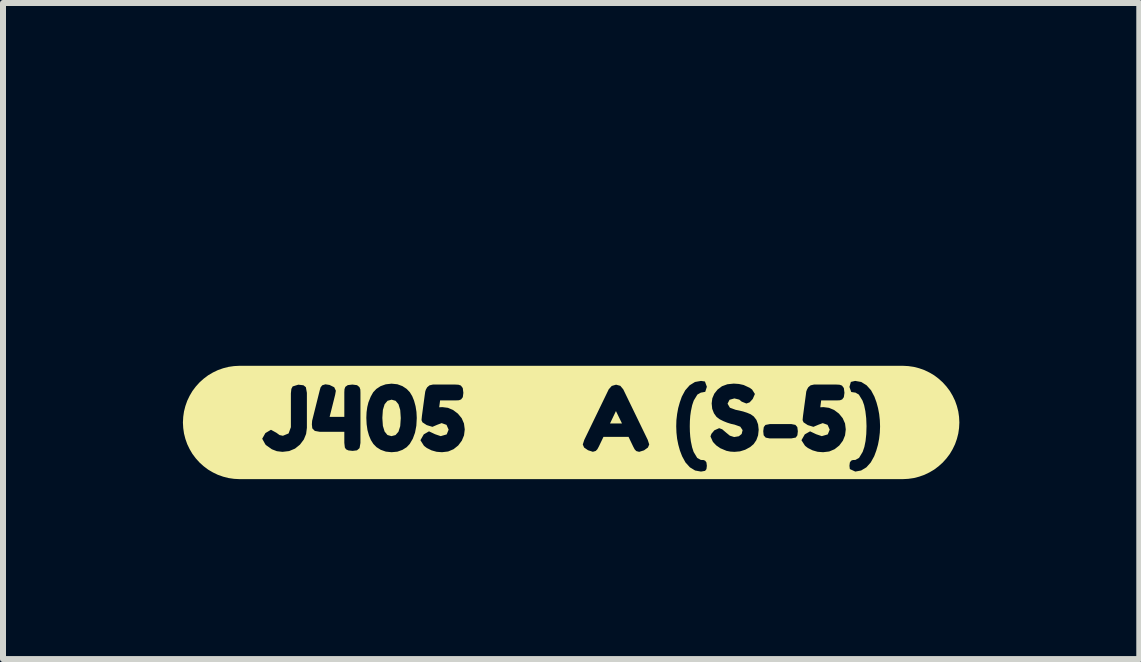
<source format=kicad_pcb>
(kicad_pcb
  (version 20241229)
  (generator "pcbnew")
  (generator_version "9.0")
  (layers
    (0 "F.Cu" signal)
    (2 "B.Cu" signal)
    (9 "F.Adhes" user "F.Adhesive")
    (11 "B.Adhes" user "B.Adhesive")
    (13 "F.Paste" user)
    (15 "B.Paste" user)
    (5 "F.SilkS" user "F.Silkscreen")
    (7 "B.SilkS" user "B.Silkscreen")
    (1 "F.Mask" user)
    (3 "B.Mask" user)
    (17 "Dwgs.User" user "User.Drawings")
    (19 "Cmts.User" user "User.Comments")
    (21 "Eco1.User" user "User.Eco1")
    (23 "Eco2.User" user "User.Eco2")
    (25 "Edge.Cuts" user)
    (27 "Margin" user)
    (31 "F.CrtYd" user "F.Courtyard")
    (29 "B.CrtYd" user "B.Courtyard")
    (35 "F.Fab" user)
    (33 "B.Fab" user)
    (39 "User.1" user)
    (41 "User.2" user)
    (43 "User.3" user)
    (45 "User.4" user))
  (footprint "kibuzzard-65BFD84C"
    (layer "F.Cu")
    (at 6.473 3.994)
    (property "Reference" "kibuzzard-65BFD84C" (at 0 -3.993 0) (layer "F.SilkS") (effects (font (size 0.001 0.001) (thickness 0.15))))
    (attr board_only exclude_from_pos_files exclude_from_bom)
    (fp_poly (pts (xy 0.747 -0.19) (xy 0.648 0.017) (xy 0.848 0.017) (xy 0.747 -0.19)) (stroke (width 0) (type solid)) (fill yes) (layer "F.SilkS"))
    (fp_poly (pts (xy -2.996 0.228) (xy -2.928 0.21) (xy -2.879 0.154) (xy -2.85 0.062) (xy -2.841 -0.068) (xy -2.841 -0.077) (xy -2.85 -0.209) (xy -2.879 -0.304) (xy -2.927 -0.361) (xy -2.994 -0.38) (xy -3.062 -0.361) (xy -3.11 -0.304) (xy -3.139 -0.209) (xy -3.148 -0.076) (xy -3.139 0.057) (xy -3.11 0.152) (xy -3.063 0.209) (xy -2.996 0.228)) (stroke (width 0) (type solid)) (fill yes) (layer "F.SilkS"))
    (fp_poly (pts (xy -5.151 -0.945) (xy -5.528 -0.945) (xy -5.621 -0.94) (xy -5.712 -0.927) (xy -5.802 -0.904) (xy -5.89 -0.873) (xy -5.973 -0.833) (xy -6.053 -0.786) (xy -6.127 -0.73) (xy -6.196 -0.668) (xy -6.258 -0.599) (xy -6.314 -0.525) (xy -6.361 -0.445) (xy -6.401 -0.362) (xy -6.432 -0.274) (xy -6.455 -0.184) (xy -6.468 -0.093) (xy -6.473 0) (xy -6.468 0.093) (xy -6.455 0.184) (xy -6.432 0.274) (xy -6.401 0.362) (xy -6.361 0.445) (xy -6.314 0.525) (xy -6.258 0.599) (xy -6.196 0.668) (xy -6.127 0.73) (xy -6.053 0.786) (xy -5.973 0.833) (xy -5.89 0.873) (xy -5.802 0.904) (xy -5.712 0.927) (xy -5.621 0.94) (xy -5.528 0.945) (xy -5.151 0.945) (xy -4.813 0.945) (xy -4.813 0.49) (xy -4.907 0.479) (xy -4.99 0.447) (xy -5.086 0.379) (xy -5.098 0.367) (xy -5.151 0.271) (xy -5.098 0.177) (xy -5.005 0.122) (xy -4.914 0.172) (xy -4.862 0.21) (xy -4.806 0.222) (xy -4.711 0.183) (xy -4.673 0.079) (xy -4.673 -0.485) (xy -4.665 -0.56) (xy -4.643 -0.601) (xy -4.549 -0.63) (xy -4.463 -0.62) (xy -4.423 -0.588) (xy -4.406 -0.494) (xy -4.406 0.089) (xy -4.419 0.191) (xy -4.457 0.284) (xy -4.521 0.369) (xy -4.604 0.436) (xy -4.702 0.477) (xy -4.813 0.49) (xy -4.813 0.945) (xy -3.644 0.945) (xy -3.644 0.474) (xy -3.714 0.466) (xy -3.753 0.448) (xy -3.773 0.418) (xy -3.782 0.34) (xy -3.782 0.156) (xy -4.19 0.156) (xy -4.274 0.141) (xy -4.316 0.098) (xy -4.323 0.033) (xy -4.319 -0.027) (xy -4.193 -0.532) (xy -4.178 -0.585) (xy -4.15 -0.62) (xy -4.098 -0.636) (xy -4.029 -0.626) (xy -3.95 -0.587) (xy -3.923 -0.529) (xy -3.934 -0.466) (xy -3.935 -0.461) (xy -4.027 -0.093) (xy -3.782 -0.093) (xy -3.782 -0.505) (xy -3.779 -0.556) (xy -3.765 -0.594) (xy -3.724 -0.623) (xy -3.647 -0.632) (xy -3.57 -0.622) (xy -3.53 -0.59) (xy -3.515 -0.55) (xy -3.513 -0.497) (xy -3.513 0.341) (xy -3.528 0.428) (xy -3.571 0.465) (xy -3.644 0.474) (xy -3.644 0.945) (xy -2.993 0.945) (xy -2.993 0.496) (xy -3.09 0.486) (xy -3.175 0.456) (xy -3.245 0.412) (xy -3.298 0.358) (xy -3.339 0.293) (xy -3.371 0.217) (xy -3.396 0.127) (xy -3.41 0.029) (xy -3.415 -0.077) (xy -3.411 -0.172) (xy -3.399 -0.258) (xy -3.38 -0.335) (xy -3.342 -0.43) (xy -3.301 -0.503) (xy -3.248 -0.559) (xy -3.178 -0.605) (xy -3.092 -0.636) (xy -2.994 -0.647) (xy -2.897 -0.637) (xy -2.813 -0.606) (xy -2.743 -0.56) (xy -2.69 -0.505) (xy -2.65 -0.439) (xy -2.619 -0.363) (xy -2.594 -0.271) (xy -2.579 -0.175) (xy -2.574 -0.075) (xy -2.581 0.054) (xy -2.603 0.17) (xy -2.64 0.271) (xy -2.691 0.358) (xy -2.743 0.413) (xy -2.813 0.457) (xy -2.897 0.487) (xy -2.993 0.496) (xy -2.993 0.945) (xy -2.153 0.945) (xy -2.153 0.496) (xy -2.243 0.489) (xy -2.328 0.465) (xy -2.406 0.426) (xy -2.444 0.397) (xy -2.456 0.386) (xy -2.513 0.296) (xy -2.457 0.198) (xy -2.37 0.148) (xy -2.269 0.196) (xy -2.175 0.228) (xy -2.075 0.199) (xy -2.043 0.12) (xy -2.078 0.04) (xy -2.159 0.011) (xy -2.231 0.038) (xy -2.313 0.073) (xy -2.408 0.044) (xy -2.479 -0.002) (xy -2.495 -0.039) (xy -2.488 -0.109) (xy -2.465 -0.282) (xy -2.442 -0.451) (xy -2.433 -0.514) (xy -2.423 -0.546) (xy -2.401 -0.586) (xy -2.362 -0.619) (xy -2.301 -0.633) (xy -2.071 -0.632) (xy -1.93 -0.632) (xy -1.877 -0.629) (xy -1.838 -0.615) (xy -1.807 -0.574) (xy -1.797 -0.494) (xy -1.806 -0.422) (xy -1.835 -0.384) (xy -1.872 -0.37) (xy -1.921 -0.368) (xy -2.185 -0.368) (xy -2.2 -0.253) (xy -2.147 -0.256) (xy -2.054 -0.244) (xy -1.969 -0.208) (xy -1.889 -0.148) (xy -1.825 -0.071) (xy -1.787 0.017) (xy -1.774 0.116) (xy -1.786 0.215) (xy -1.823 0.304) (xy -1.883 0.384) (xy -1.961 0.446) (xy -2.051 0.484) (xy -2.153 0.496) (xy -2.153 0.945) (xy 1.134 0.945) (xy 1.134 0.49) (xy 1.086 0.477) (xy 1.059 0.448) (xy 1.035 0.403) (xy 0.957 0.24) (xy 0.539 0.24) (xy 0.461 0.403) (xy 0.437 0.447) (xy 0.41 0.475) (xy 0.362 0.489) (xy 0.281 0.463) (xy 0.216 0.418) (xy 0.194 0.367) (xy 0.219 0.29) (xy 0.627 -0.553) (xy 0.677 -0.609) (xy 0.749 -0.63) (xy 0.82 -0.611) (xy 0.869 -0.552) (xy 1.277 0.29) (xy 1.302 0.367) (xy 1.28 0.418) (xy 1.215 0.465) (xy 1.134 0.49) (xy 1.134 0.945) (xy 2.165 0.945) (xy 2.165 0.819) (xy 2.067 0.801) (xy 1.98 0.748) (xy 1.906 0.666) (xy 1.85 0.563) (xy 1.814 0.469) (xy 1.787 0.372) (xy 1.767 0.272) (xy 1.756 0.17) (xy 1.752 0.065) (xy 1.755 -0.039) (xy 1.767 -0.141) (xy 1.785 -0.24) (xy 1.812 -0.336) (xy 1.845 -0.43) (xy 1.902 -0.536) (xy 1.976 -0.62) (xy 2.065 -0.675) (xy 2.166 -0.693) (xy 2.231 -0.683) (xy 2.263 -0.595) (xy 2.236 -0.511) (xy 2.174 -0.499) (xy 2.165 -0.499) (xy 2.105 -0.465) (xy 2.044 -0.365) (xy 2.018 -0.288) (xy 1.997 -0.188) (xy 1.986 -0.11) (xy 1.98 -0.026) (xy 1.978 0.064) (xy 1.98 0.153) (xy 1.986 0.237) (xy 1.996 0.314) (xy 2.017 0.414) (xy 2.042 0.491) (xy 2.102 0.591) (xy 2.163 0.625) (xy 2.205 0.626) (xy 2.234 0.637) (xy 2.256 0.667) (xy 2.263 0.723) (xy 2.256 0.778) (xy 2.233 0.807) (xy 2.165 0.819) (xy 2.165 0.945) (xy 2.724 0.945) (xy 2.724 0.49) (xy 2.655 0.486) (xy 2.59 0.473) (xy 2.488 0.43) (xy 2.42 0.383) (xy 2.376 0.337) (xy 2.362 0.32) (xy 2.323 0.233) (xy 2.339 0.189) (xy 2.388 0.131) (xy 2.468 0.095) (xy 2.519 0.114) (xy 2.586 0.171) (xy 2.646 0.22) (xy 2.718 0.243) (xy 2.796 0.23) (xy 2.843 0.192) (xy 2.859 0.128) (xy 2.82 0.07) (xy 2.724 0.036) (xy 2.665 0.023) (xy 2.601 0.003) (xy 2.537 -0.023) (xy 2.477 -0.053) (xy 2.424 -0.093) (xy 2.381 -0.153) (xy 2.352 -0.228) (xy 2.343 -0.318) (xy 2.354 -0.403) (xy 2.387 -0.48) (xy 2.442 -0.549) (xy 2.515 -0.604) (xy 2.605 -0.637) (xy 2.711 -0.648) (xy 2.797 -0.642) (xy 2.876 -0.625) (xy 2.979 -0.577) (xy 3.017 -0.549) (xy 3.064 -0.475) (xy 3.028 -0.392) (xy 2.976 -0.335) (xy 2.922 -0.316) (xy 2.844 -0.347) (xy 2.826 -0.362) (xy 2.803 -0.381) (xy 2.722 -0.401) (xy 2.641 -0.378) (xy 2.608 -0.313) (xy 2.647 -0.246) (xy 2.743 -0.211) (xy 2.802 -0.199) (xy 2.868 -0.183) (xy 2.933 -0.162) (xy 2.993 -0.137) (xy 3.045 -0.1) (xy 3.089 -0.043) (xy 3.117 0.032) (xy 3.127 0.122) (xy 3.117 0.215) (xy 3.088 0.295) (xy 3.043 0.361) (xy 2.985 0.41) (xy 2.902 0.455) (xy 2.815 0.482) (xy 2.724 0.49) (xy 2.724 0.945) (xy 3.67 0.945) (xy 3.67 0.266) (xy 3.311 0.266) (xy 3.244 0.253) (xy 3.21 0.214) (xy 3.203 0.145) (xy 3.212 0.077) (xy 3.24 0.041) (xy 3.313 0.027) (xy 3.672 0.027) (xy 3.739 0.04) (xy 3.771 0.077) (xy 3.78 0.147) (xy 3.772 0.215) (xy 3.745 0.252) (xy 3.67 0.266) (xy 3.67 0.945) (xy 4.201 0.945) (xy 4.201 0.496) (xy 4.11 0.489) (xy 4.026 0.465) (xy 3.948 0.426) (xy 3.91 0.397) (xy 3.898 0.386) (xy 3.84 0.296) (xy 3.896 0.198) (xy 3.984 0.148) (xy 4.085 0.196) (xy 4.179 0.228) (xy 4.279 0.199) (xy 4.311 0.12) (xy 4.276 0.04) (xy 4.195 0.011) (xy 4.122 0.038) (xy 4.04 0.073) (xy 3.945 0.044) (xy 3.875 -0.002) (xy 3.859 -0.039) (xy 3.866 -0.109) (xy 3.889 -0.282) (xy 3.912 -0.451) (xy 3.92 -0.514) (xy 3.931 -0.546) (xy 3.953 -0.586) (xy 3.992 -0.619) (xy 4.053 -0.633) (xy 4.282 -0.632) (xy 4.424 -0.632) (xy 4.477 -0.629) (xy 4.516 -0.615) (xy 4.547 -0.574) (xy 4.557 -0.494) (xy 4.547 -0.422) (xy 4.519 -0.384) (xy 4.482 -0.37) (xy 4.433 -0.368) (xy 4.169 -0.368) (xy 4.154 -0.253) (xy 4.207 -0.256) (xy 4.299 -0.244) (xy 4.385 -0.208) (xy 4.465 -0.148) (xy 4.528 -0.071) (xy 4.567 0.017) (xy 4.579 0.116) (xy 4.567 0.215) (xy 4.531 0.304) (xy 4.471 0.384) (xy 4.393 0.446) (xy 4.303 0.484) (xy 4.201 0.496) (xy 4.201 0.945) (xy 4.738 0.945) (xy 4.738 0.819) (xy 4.647 0.777) (xy 4.64 0.723) (xy 4.647 0.667) (xy 4.669 0.637) (xy 4.698 0.626) (xy 4.739 0.625) (xy 4.8 0.591) (xy 4.861 0.49) (xy 4.889 0.408) (xy 4.909 0.309) (xy 4.921 0.193) (xy 4.925 0.062) (xy 4.92 -0.069) (xy 4.906 -0.188) (xy 4.885 -0.288) (xy 4.858 -0.365) (xy 4.797 -0.465) (xy 4.738 -0.499) (xy 4.729 -0.499) (xy 4.67 -0.508) (xy 4.64 -0.592) (xy 4.664 -0.676) (xy 4.736 -0.693) (xy 4.837 -0.675) (xy 4.926 -0.62) (xy 5.001 -0.536) (xy 5.057 -0.43) (xy 5.091 -0.336) (xy 5.117 -0.24) (xy 5.136 -0.141) (xy 5.147 -0.039) (xy 5.151 0.065) (xy 5.147 0.17) (xy 5.135 0.272) (xy 5.116 0.372) (xy 5.088 0.469) (xy 5.053 0.563) (xy 4.996 0.666) (xy 4.923 0.748) (xy 4.835 0.801) (xy 4.738 0.819) (xy 4.738 0.945) (xy 5.151 0.945) (xy 5.528 0.945) (xy 5.621 0.94) (xy 5.712 0.927) (xy 5.802 0.904) (xy 5.89 0.873) (xy 5.973 0.833) (xy 6.053 0.786) (xy 6.127 0.73) (xy 6.196 0.668) (xy 6.258 0.599) (xy 6.314 0.525) (xy 6.361 0.445) (xy 6.401 0.362) (xy 6.432 0.274) (xy 6.455 0.184) (xy 6.468 0.093) (xy 6.473 0) (xy 6.468 -0.093) (xy 6.455 -0.184) (xy 6.432 -0.274) (xy 6.401 -0.362) (xy 6.361 -0.445) (xy 6.314 -0.525) (xy 6.258 -0.599) (xy 6.196 -0.668) (xy 6.127 -0.73) (xy 6.053 -0.786) (xy 5.973 -0.833) (xy 5.89 -0.873) (xy 5.802 -0.904) (xy 5.712 -0.927) (xy 5.621 -0.94) (xy 5.528 -0.945) (xy 5.151 -0.945) (xy -5.151 -0.945)) (stroke (width 0) (type solid)) (fill yes) (layer "F.SilkS")))
  (gr_rect
    (start -3 -3)
    (end 15.946 7.939)
    (stroke (width 0.1) (type default))
    (fill no)
    (layer "Edge.Cuts")))
</source>
